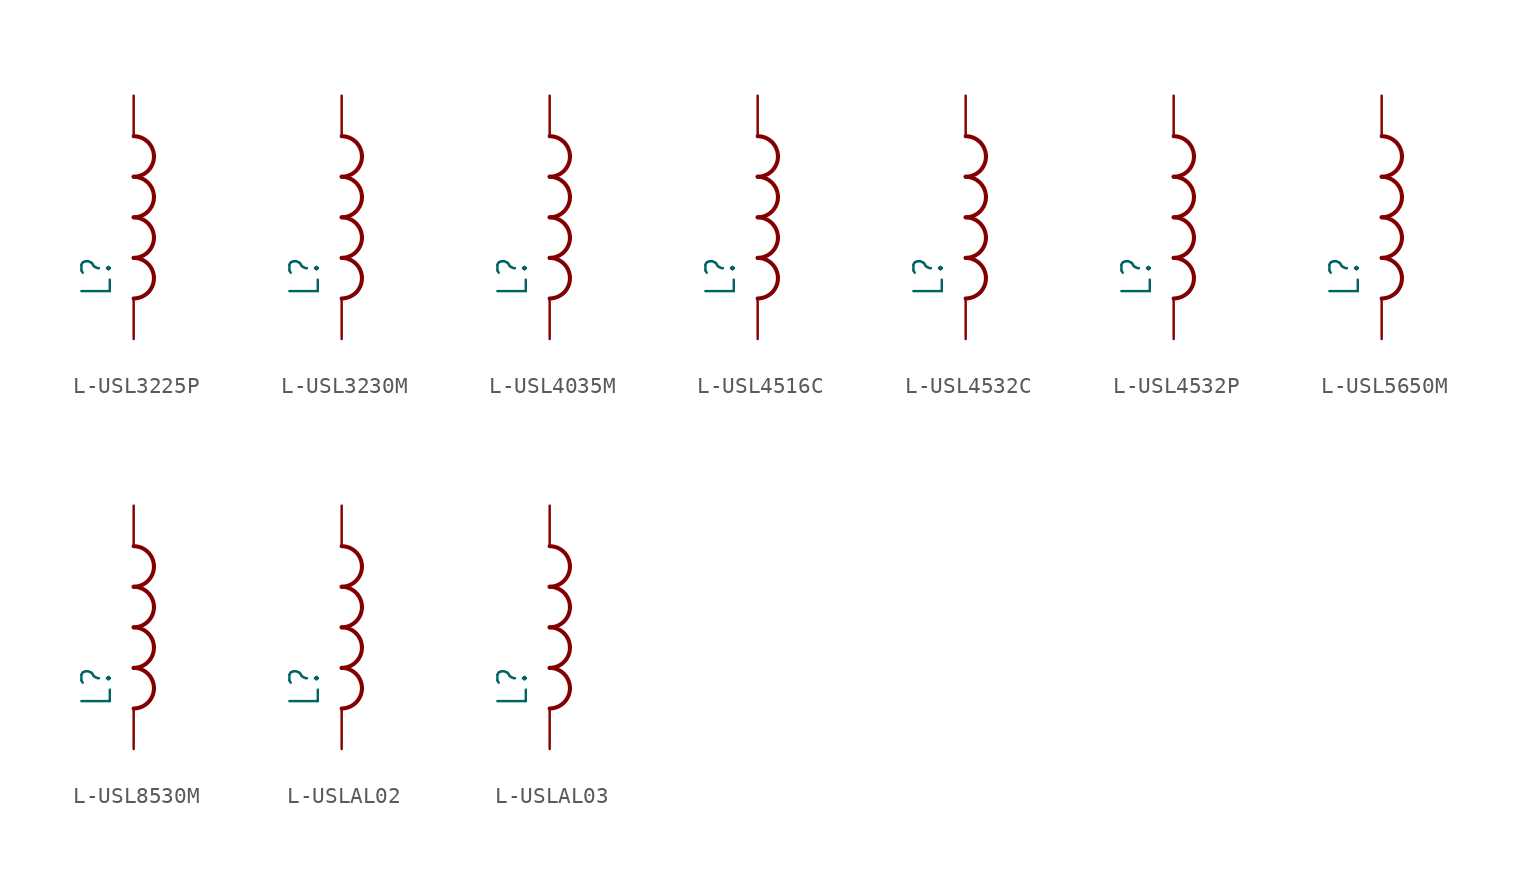
<source format=kicad_sym>
(kicad_symbol_lib
  (version 20231120)
  (generator "kicad_symbol_editor")
  (generator_version "8.0")
  (symbol "L-USL3225P"
    (property "Reference" "L"
      (at -1.27 -5.08 90)
      (effects (font (size 1.778 1.511)) (justify left bottom)))
    (property "Value" ""
      (at 3.81 -5.08 90)
      (effects (font (size 1.778 1.511)) (justify left bottom)))
    (property "ki_locked" ""
      (at 0 0 0)
      (effects (font (size 1.27 1.27))))
    (symbol "L-USL3225P_1_0"
      (arc (start 0 -5.08) (mid 0.898 -4.708) (end 1.27 -3.81) (stroke (width 0.254) (type solid)) (fill (type none)))
      (arc (start 0 -2.54) (mid 0.898 -2.168) (end 1.27 -1.27) (stroke (width 0.254) (type solid)) (fill (type none)))
      (arc (start 0 0) (mid 0.898 0.372) (end 1.27 1.27) (stroke (width 0.254) (type solid)) (fill (type none)))
      (arc (start 0 2.54) (mid 0.898 2.912) (end 1.27 3.81) (stroke (width 0.254) (type solid)) (fill (type none)))
      (arc (start 1.27 -3.81) (mid 0.898 -2.912) (end 0 -2.54) (stroke (width 0.254) (type solid)) (fill (type none)))
      (arc (start 1.27 -1.27) (mid 0.898 -0.372) (end 0 0) (stroke (width 0.254) (type solid)) (fill (type none)))
      (arc (start 1.27 1.27) (mid 0.898 2.168) (end 0 2.54) (stroke (width 0.254) (type solid)) (fill (type none)))
      (arc (start 1.27 3.81) (mid 0.898 4.708) (end 0 5.08) (stroke (width 0.254) (type solid)) (fill (type none)))
      (pin passive line (at 0 7.62 270) (length 2.54) (name "1" (effects (font (size 0 0)))) (number "1" (effects (font (size 0 0)))))
      (pin passive line (at 0 -7.62 90) (length 2.54) (name "2" (effects (font (size 0 0)))) (number "2" (effects (font (size 0 0)))))))
  (symbol "L-USL3230M"
    (property "Reference" "L"
      (at -1.27 -5.08 90)
      (effects (font (size 1.778 1.511)) (justify left bottom)))
    (property "Value" ""
      (at 3.81 -5.08 90)
      (effects (font (size 1.778 1.511)) (justify left bottom)))
    (property "ki_locked" ""
      (at 0 0 0)
      (effects (font (size 1.27 1.27))))
    (symbol "L-USL3230M_1_0"
      (arc (start 0 -5.08) (mid 0.898 -4.708) (end 1.27 -3.81) (stroke (width 0.254) (type solid)) (fill (type none)))
      (arc (start 0 -2.54) (mid 0.898 -2.168) (end 1.27 -1.27) (stroke (width 0.254) (type solid)) (fill (type none)))
      (arc (start 0 0) (mid 0.898 0.372) (end 1.27 1.27) (stroke (width 0.254) (type solid)) (fill (type none)))
      (arc (start 0 2.54) (mid 0.898 2.912) (end 1.27 3.81) (stroke (width 0.254) (type solid)) (fill (type none)))
      (arc (start 1.27 -3.81) (mid 0.898 -2.912) (end 0 -2.54) (stroke (width 0.254) (type solid)) (fill (type none)))
      (arc (start 1.27 -1.27) (mid 0.898 -0.372) (end 0 0) (stroke (width 0.254) (type solid)) (fill (type none)))
      (arc (start 1.27 1.27) (mid 0.898 2.168) (end 0 2.54) (stroke (width 0.254) (type solid)) (fill (type none)))
      (arc (start 1.27 3.81) (mid 0.898 4.708) (end 0 5.08) (stroke (width 0.254) (type solid)) (fill (type none)))
      (pin passive line (at 0 7.62 270) (length 2.54) (name "1" (effects (font (size 0 0)))) (number "1" (effects (font (size 0 0)))))
      (pin passive line (at 0 -7.62 90) (length 2.54) (name "2" (effects (font (size 0 0)))) (number "2" (effects (font (size 0 0)))))))
  (symbol "L-USL4035M"
    (property "Reference" "L"
      (at -1.27 -5.08 90)
      (effects (font (size 1.778 1.511)) (justify left bottom)))
    (property "Value" ""
      (at 3.81 -5.08 90)
      (effects (font (size 1.778 1.511)) (justify left bottom)))
    (property "ki_locked" ""
      (at 0 0 0)
      (effects (font (size 1.27 1.27))))
    (symbol "L-USL4035M_1_0"
      (arc (start 0 -5.08) (mid 0.898 -4.708) (end 1.27 -3.81) (stroke (width 0.254) (type solid)) (fill (type none)))
      (arc (start 0 -2.54) (mid 0.898 -2.168) (end 1.27 -1.27) (stroke (width 0.254) (type solid)) (fill (type none)))
      (arc (start 0 0) (mid 0.898 0.372) (end 1.27 1.27) (stroke (width 0.254) (type solid)) (fill (type none)))
      (arc (start 0 2.54) (mid 0.898 2.912) (end 1.27 3.81) (stroke (width 0.254) (type solid)) (fill (type none)))
      (arc (start 1.27 -3.81) (mid 0.898 -2.912) (end 0 -2.54) (stroke (width 0.254) (type solid)) (fill (type none)))
      (arc (start 1.27 -1.27) (mid 0.898 -0.372) (end 0 0) (stroke (width 0.254) (type solid)) (fill (type none)))
      (arc (start 1.27 1.27) (mid 0.898 2.168) (end 0 2.54) (stroke (width 0.254) (type solid)) (fill (type none)))
      (arc (start 1.27 3.81) (mid 0.898 4.708) (end 0 5.08) (stroke (width 0.254) (type solid)) (fill (type none)))
      (pin passive line (at 0 7.62 270) (length 2.54) (name "1" (effects (font (size 0 0)))) (number "1" (effects (font (size 0 0)))))
      (pin passive line (at 0 -7.62 90) (length 2.54) (name "2" (effects (font (size 0 0)))) (number "2" (effects (font (size 0 0)))))))
  (symbol "L-USL4516C"
    (property "Reference" "L"
      (at -1.27 -5.08 90)
      (effects (font (size 1.778 1.511)) (justify left bottom)))
    (property "Value" ""
      (at 3.81 -5.08 90)
      (effects (font (size 1.778 1.511)) (justify left bottom)))
    (property "ki_locked" ""
      (at 0 0 0)
      (effects (font (size 1.27 1.27))))
    (symbol "L-USL4516C_1_0"
      (arc (start 0 -5.08) (mid 0.898 -4.708) (end 1.27 -3.81) (stroke (width 0.254) (type solid)) (fill (type none)))
      (arc (start 0 -2.54) (mid 0.898 -2.168) (end 1.27 -1.27) (stroke (width 0.254) (type solid)) (fill (type none)))
      (arc (start 0 0) (mid 0.898 0.372) (end 1.27 1.27) (stroke (width 0.254) (type solid)) (fill (type none)))
      (arc (start 0 2.54) (mid 0.898 2.912) (end 1.27 3.81) (stroke (width 0.254) (type solid)) (fill (type none)))
      (arc (start 1.27 -3.81) (mid 0.898 -2.912) (end 0 -2.54) (stroke (width 0.254) (type solid)) (fill (type none)))
      (arc (start 1.27 -1.27) (mid 0.898 -0.372) (end 0 0) (stroke (width 0.254) (type solid)) (fill (type none)))
      (arc (start 1.27 1.27) (mid 0.898 2.168) (end 0 2.54) (stroke (width 0.254) (type solid)) (fill (type none)))
      (arc (start 1.27 3.81) (mid 0.898 4.708) (end 0 5.08) (stroke (width 0.254) (type solid)) (fill (type none)))
      (pin passive line (at 0 7.62 270) (length 2.54) (name "1" (effects (font (size 0 0)))) (number "1" (effects (font (size 0 0)))))
      (pin passive line (at 0 -7.62 90) (length 2.54) (name "2" (effects (font (size 0 0)))) (number "2" (effects (font (size 0 0)))))))
  (symbol "L-USL4532C"
    (property "Reference" "L"
      (at -1.27 -5.08 90)
      (effects (font (size 1.778 1.511)) (justify left bottom)))
    (property "Value" ""
      (at 3.81 -5.08 90)
      (effects (font (size 1.778 1.511)) (justify left bottom)))
    (property "ki_locked" ""
      (at 0 0 0)
      (effects (font (size 1.27 1.27))))
    (symbol "L-USL4532C_1_0"
      (arc (start 0 -5.08) (mid 0.898 -4.708) (end 1.27 -3.81) (stroke (width 0.254) (type solid)) (fill (type none)))
      (arc (start 0 -2.54) (mid 0.898 -2.168) (end 1.27 -1.27) (stroke (width 0.254) (type solid)) (fill (type none)))
      (arc (start 0 0) (mid 0.898 0.372) (end 1.27 1.27) (stroke (width 0.254) (type solid)) (fill (type none)))
      (arc (start 0 2.54) (mid 0.898 2.912) (end 1.27 3.81) (stroke (width 0.254) (type solid)) (fill (type none)))
      (arc (start 1.27 -3.81) (mid 0.898 -2.912) (end 0 -2.54) (stroke (width 0.254) (type solid)) (fill (type none)))
      (arc (start 1.27 -1.27) (mid 0.898 -0.372) (end 0 0) (stroke (width 0.254) (type solid)) (fill (type none)))
      (arc (start 1.27 1.27) (mid 0.898 2.168) (end 0 2.54) (stroke (width 0.254) (type solid)) (fill (type none)))
      (arc (start 1.27 3.81) (mid 0.898 4.708) (end 0 5.08) (stroke (width 0.254) (type solid)) (fill (type none)))
      (pin passive line (at 0 7.62 270) (length 2.54) (name "1" (effects (font (size 0 0)))) (number "1" (effects (font (size 0 0)))))
      (pin passive line (at 0 -7.62 90) (length 2.54) (name "2" (effects (font (size 0 0)))) (number "2" (effects (font (size 0 0)))))))
  (symbol "L-USL4532P"
    (property "Reference" "L"
      (at -1.27 -5.08 90)
      (effects (font (size 1.778 1.511)) (justify left bottom)))
    (property "Value" ""
      (at 3.81 -5.08 90)
      (effects (font (size 1.778 1.511)) (justify left bottom)))
    (property "ki_locked" ""
      (at 0 0 0)
      (effects (font (size 1.27 1.27))))
    (symbol "L-USL4532P_1_0"
      (arc (start 0 -5.08) (mid 0.898 -4.708) (end 1.27 -3.81) (stroke (width 0.254) (type solid)) (fill (type none)))
      (arc (start 0 -2.54) (mid 0.898 -2.168) (end 1.27 -1.27) (stroke (width 0.254) (type solid)) (fill (type none)))
      (arc (start 0 0) (mid 0.898 0.372) (end 1.27 1.27) (stroke (width 0.254) (type solid)) (fill (type none)))
      (arc (start 0 2.54) (mid 0.898 2.912) (end 1.27 3.81) (stroke (width 0.254) (type solid)) (fill (type none)))
      (arc (start 1.27 -3.81) (mid 0.898 -2.912) (end 0 -2.54) (stroke (width 0.254) (type solid)) (fill (type none)))
      (arc (start 1.27 -1.27) (mid 0.898 -0.372) (end 0 0) (stroke (width 0.254) (type solid)) (fill (type none)))
      (arc (start 1.27 1.27) (mid 0.898 2.168) (end 0 2.54) (stroke (width 0.254) (type solid)) (fill (type none)))
      (arc (start 1.27 3.81) (mid 0.898 4.708) (end 0 5.08) (stroke (width 0.254) (type solid)) (fill (type none)))
      (pin passive line (at 0 7.62 270) (length 2.54) (name "1" (effects (font (size 0 0)))) (number "1" (effects (font (size 0 0)))))
      (pin passive line (at 0 -7.62 90) (length 2.54) (name "2" (effects (font (size 0 0)))) (number "2" (effects (font (size 0 0)))))))
  (symbol "L-USL5650M"
    (property "Reference" "L"
      (at -1.27 -5.08 90)
      (effects (font (size 1.778 1.511)) (justify left bottom)))
    (property "Value" ""
      (at 3.81 -5.08 90)
      (effects (font (size 1.778 1.511)) (justify left bottom)))
    (property "ki_locked" ""
      (at 0 0 0)
      (effects (font (size 1.27 1.27))))
    (symbol "L-USL5650M_1_0"
      (arc (start 0 -5.08) (mid 0.898 -4.708) (end 1.27 -3.81) (stroke (width 0.254) (type solid)) (fill (type none)))
      (arc (start 0 -2.54) (mid 0.898 -2.168) (end 1.27 -1.27) (stroke (width 0.254) (type solid)) (fill (type none)))
      (arc (start 0 0) (mid 0.898 0.372) (end 1.27 1.27) (stroke (width 0.254) (type solid)) (fill (type none)))
      (arc (start 0 2.54) (mid 0.898 2.912) (end 1.27 3.81) (stroke (width 0.254) (type solid)) (fill (type none)))
      (arc (start 1.27 -3.81) (mid 0.898 -2.912) (end 0 -2.54) (stroke (width 0.254) (type solid)) (fill (type none)))
      (arc (start 1.27 -1.27) (mid 0.898 -0.372) (end 0 0) (stroke (width 0.254) (type solid)) (fill (type none)))
      (arc (start 1.27 1.27) (mid 0.898 2.168) (end 0 2.54) (stroke (width 0.254) (type solid)) (fill (type none)))
      (arc (start 1.27 3.81) (mid 0.898 4.708) (end 0 5.08) (stroke (width 0.254) (type solid)) (fill (type none)))
      (pin passive line (at 0 7.62 270) (length 2.54) (name "1" (effects (font (size 0 0)))) (number "1" (effects (font (size 0 0)))))
      (pin passive line (at 0 -7.62 90) (length 2.54) (name "2" (effects (font (size 0 0)))) (number "2" (effects (font (size 0 0)))))))
  (symbol "L-USL8530M"
    (property "Reference" "L"
      (at -1.27 -5.08 90)
      (effects (font (size 1.778 1.511)) (justify left bottom)))
    (property "Value" ""
      (at 3.81 -5.08 90)
      (effects (font (size 1.778 1.511)) (justify left bottom)))
    (property "ki_locked" ""
      (at 0 0 0)
      (effects (font (size 1.27 1.27))))
    (symbol "L-USL8530M_1_0"
      (arc (start 0 -5.08) (mid 0.898 -4.708) (end 1.27 -3.81) (stroke (width 0.254) (type solid)) (fill (type none)))
      (arc (start 0 -2.54) (mid 0.898 -2.168) (end 1.27 -1.27) (stroke (width 0.254) (type solid)) (fill (type none)))
      (arc (start 0 0) (mid 0.898 0.372) (end 1.27 1.27) (stroke (width 0.254) (type solid)) (fill (type none)))
      (arc (start 0 2.54) (mid 0.898 2.912) (end 1.27 3.81) (stroke (width 0.254) (type solid)) (fill (type none)))
      (arc (start 1.27 -3.81) (mid 0.898 -2.912) (end 0 -2.54) (stroke (width 0.254) (type solid)) (fill (type none)))
      (arc (start 1.27 -1.27) (mid 0.898 -0.372) (end 0 0) (stroke (width 0.254) (type solid)) (fill (type none)))
      (arc (start 1.27 1.27) (mid 0.898 2.168) (end 0 2.54) (stroke (width 0.254) (type solid)) (fill (type none)))
      (arc (start 1.27 3.81) (mid 0.898 4.708) (end 0 5.08) (stroke (width 0.254) (type solid)) (fill (type none)))
      (pin passive line (at 0 7.62 270) (length 2.54) (name "1" (effects (font (size 0 0)))) (number "1" (effects (font (size 0 0)))))
      (pin passive line (at 0 -7.62 90) (length 2.54) (name "2" (effects (font (size 0 0)))) (number "2" (effects (font (size 0 0)))))))
  (symbol "L-USLAL02"
    (property "Reference" "L"
      (at -1.27 -5.08 90)
      (effects (font (size 1.778 1.511)) (justify left bottom)))
    (property "Value" ""
      (at 3.81 -5.08 90)
      (effects (font (size 1.778 1.511)) (justify left bottom)))
    (property "ki_locked" ""
      (at 0 0 0)
      (effects (font (size 1.27 1.27))))
    (symbol "L-USLAL02_1_0"
      (arc (start 0 -5.08) (mid 0.898 -4.708) (end 1.27 -3.81) (stroke (width 0.254) (type solid)) (fill (type none)))
      (arc (start 0 -2.54) (mid 0.898 -2.168) (end 1.27 -1.27) (stroke (width 0.254) (type solid)) (fill (type none)))
      (arc (start 0 0) (mid 0.898 0.372) (end 1.27 1.27) (stroke (width 0.254) (type solid)) (fill (type none)))
      (arc (start 0 2.54) (mid 0.898 2.912) (end 1.27 3.81) (stroke (width 0.254) (type solid)) (fill (type none)))
      (arc (start 1.27 -3.81) (mid 0.898 -2.912) (end 0 -2.54) (stroke (width 0.254) (type solid)) (fill (type none)))
      (arc (start 1.27 -1.27) (mid 0.898 -0.372) (end 0 0) (stroke (width 0.254) (type solid)) (fill (type none)))
      (arc (start 1.27 1.27) (mid 0.898 2.168) (end 0 2.54) (stroke (width 0.254) (type solid)) (fill (type none)))
      (arc (start 1.27 3.81) (mid 0.898 4.708) (end 0 5.08) (stroke (width 0.254) (type solid)) (fill (type none)))
      (pin passive line (at 0 7.62 270) (length 2.54) (name "1" (effects (font (size 0 0)))) (number "1" (effects (font (size 0 0)))))
      (pin passive line (at 0 -7.62 90) (length 2.54) (name "2" (effects (font (size 0 0)))) (number "2" (effects (font (size 0 0)))))))
  (symbol "L-USLAL03"
    (property "Reference" "L"
      (at -1.27 -5.08 90)
      (effects (font (size 1.778 1.511)) (justify left bottom)))
    (property "Value" ""
      (at 3.81 -5.08 90)
      (effects (font (size 1.778 1.511)) (justify left bottom)))
    (property "ki_locked" ""
      (at 0 0 0)
      (effects (font (size 1.27 1.27))))
    (symbol "L-USLAL03_1_0"
      (arc (start 0 -5.08) (mid 0.898 -4.708) (end 1.27 -3.81) (stroke (width 0.254) (type solid)) (fill (type none)))
      (arc (start 0 -2.54) (mid 0.898 -2.168) (end 1.27 -1.27) (stroke (width 0.254) (type solid)) (fill (type none)))
      (arc (start 0 0) (mid 0.898 0.372) (end 1.27 1.27) (stroke (width 0.254) (type solid)) (fill (type none)))
      (arc (start 0 2.54) (mid 0.898 2.912) (end 1.27 3.81) (stroke (width 0.254) (type solid)) (fill (type none)))
      (arc (start 1.27 -3.81) (mid 0.898 -2.912) (end 0 -2.54) (stroke (width 0.254) (type solid)) (fill (type none)))
      (arc (start 1.27 -1.27) (mid 0.898 -0.372) (end 0 0) (stroke (width 0.254) (type solid)) (fill (type none)))
      (arc (start 1.27 1.27) (mid 0.898 2.168) (end 0 2.54) (stroke (width 0.254) (type solid)) (fill (type none)))
      (arc (start 1.27 3.81) (mid 0.898 4.708) (end 0 5.08) (stroke (width 0.254) (type solid)) (fill (type none)))
      (pin passive line (at 0 7.62 270) (length 2.54) (name "1" (effects (font (size 0 0)))) (number "1" (effects (font (size 0 0)))))
      (pin passive line (at 0 -7.62 90) (length 2.54) (name "2" (effects (font (size 0 0)))) (number "2" (effects (font (size 0 0))))))))
</source>
